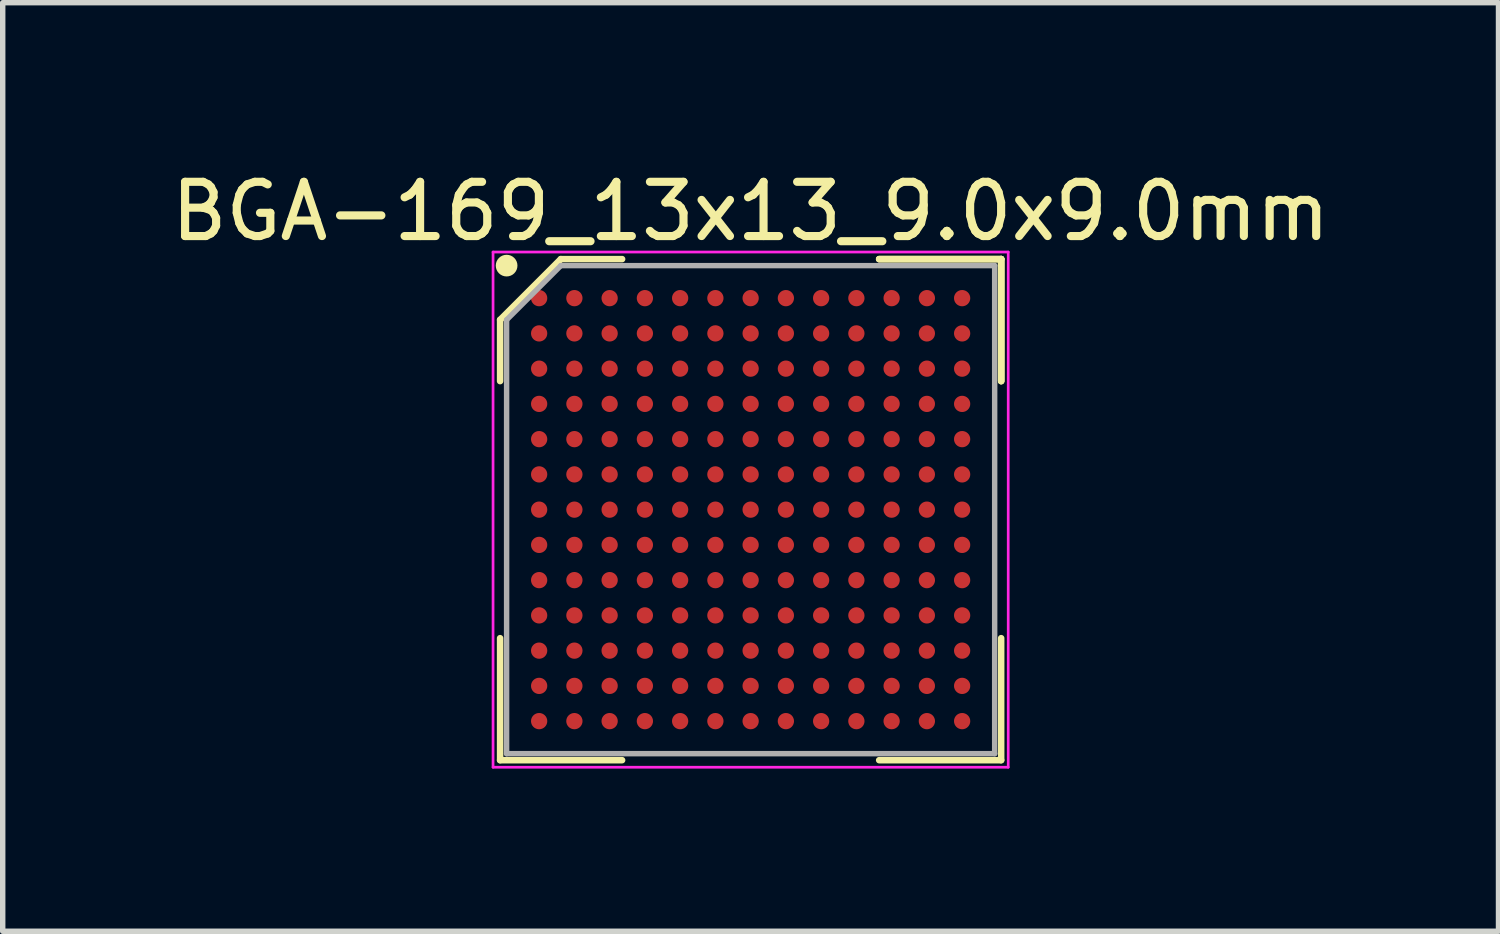
<source format=kicad_pcb>
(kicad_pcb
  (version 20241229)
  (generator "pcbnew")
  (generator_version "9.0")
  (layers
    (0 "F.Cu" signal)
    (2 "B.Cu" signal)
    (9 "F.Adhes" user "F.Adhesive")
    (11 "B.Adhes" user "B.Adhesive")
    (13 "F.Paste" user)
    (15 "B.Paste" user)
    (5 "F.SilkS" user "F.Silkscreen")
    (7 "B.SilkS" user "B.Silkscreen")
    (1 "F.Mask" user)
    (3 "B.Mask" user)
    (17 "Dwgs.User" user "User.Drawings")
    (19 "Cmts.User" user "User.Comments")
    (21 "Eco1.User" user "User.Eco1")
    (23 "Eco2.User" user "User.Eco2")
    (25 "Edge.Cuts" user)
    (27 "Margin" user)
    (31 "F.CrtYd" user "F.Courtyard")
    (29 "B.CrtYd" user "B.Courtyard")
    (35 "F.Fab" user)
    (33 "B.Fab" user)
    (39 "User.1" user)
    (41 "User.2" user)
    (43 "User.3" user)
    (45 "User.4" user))
  (footprint "BGA-169_13x13_9.0x9.0mm"
    (layer "F.Cu")
    (at 10.792 6.348)
    (property "Reference" "BGA-169_13x13_9.0x9.0mm" (at 0 -5.5 0) (layer "F.SilkS") (effects (font (size 1 1) (thickness 0.15))))
    (attr through_hole)
    (fp_line (start -4.62 -3.5) (end -4.62 -2.37) (stroke (width 0.12) (type solid)) (layer "F.SilkS"))
    (fp_line (start -4.62 4.62) (end -4.62 2.37) (stroke (width 0.12) (type solid)) (layer "F.SilkS"))
    (fp_line (start -3.5 -4.62) (end -4.62 -3.5) (stroke (width 0.12) (type solid)) (layer "F.SilkS"))
    (fp_line (start -2.37 -4.62) (end -3.5 -4.62) (stroke (width 0.12) (type solid)) (layer "F.SilkS"))
    (fp_line (start -2.37 4.62) (end -4.62 4.62) (stroke (width 0.12) (type solid)) (layer "F.SilkS"))
    (fp_line (start 2.37 -4.62) (end 4.62 -4.62) (stroke (width 0.12) (type solid)) (layer "F.SilkS"))
    (fp_line (start 2.37 -4.62) (end 4.62 -4.62) (stroke (width 0.12) (type solid)) (layer "F.SilkS"))
    (fp_line (start 2.37 -4.62) (end 4.62 -4.62) (stroke (width 0.12) (type solid)) (layer "F.SilkS"))
    (fp_line (start 2.37 4.62) (end 4.62 4.62) (stroke (width 0.12) (type solid)) (layer "F.SilkS"))
    (fp_line (start 4.62 -4.62) (end 4.62 -2.37) (stroke (width 0.12) (type solid)) (layer "F.SilkS"))
    (fp_line (start 4.62 -4.62) (end 4.62 -2.37) (stroke (width 0.12) (type solid)) (layer "F.SilkS"))
    (fp_line (start 4.62 -4.62) (end 4.62 -2.37) (stroke (width 0.12) (type solid)) (layer "F.SilkS"))
    (fp_line (start 4.62 4.62) (end 4.62 2.37) (stroke (width 0.12) (type solid)) (layer "F.SilkS"))
    (fp_circle (center -4.5 -4.5) (end -4.5 -4.4) (stroke (width 0.2) (type solid)) (fill no) (layer "F.SilkS"))
    (fp_line (start -4.75 -4.75) (end 4.75 -4.75) (stroke (width 0.05) (type solid)) (layer "F.CrtYd"))
    (fp_line (start -4.75 4.75) (end -4.75 -4.75) (stroke (width 0.05) (type solid)) (layer "F.CrtYd"))
    (fp_line (start 4.75 -4.75) (end 4.75 4.75) (stroke (width 0.05) (type solid)) (layer "F.CrtYd"))
    (fp_line (start 4.75 4.75) (end -4.75 4.75) (stroke (width 0.05) (type solid)) (layer "F.CrtYd"))
    (fp_line (start -4.5 -3.5) (end -4.5 4.5) (stroke (width 0.1) (type solid)) (layer "F.Fab"))
    (fp_line (start -4.5 4.5) (end 4.5 4.5) (stroke (width 0.1) (type solid)) (layer "F.Fab"))
    (fp_line (start -3.5 -4.5) (end -4.5 -3.5) (stroke (width 0.1) (type solid)) (layer "F.Fab"))
    (fp_line (start 4.5 -4.5) (end -3.5 -4.5) (stroke (width 0.1) (type solid)) (layer "F.Fab"))
    (fp_line (start 4.5 4.5) (end 4.5 -4.5) (stroke (width 0.1) (type solid)) (layer "F.Fab"))
    (pad "A1" smd circle (at -3.9 -3.9) (size 0.3 0.3) (layers "F.Cu" "F.Mask" "F.Paste"))
    (pad "A2" smd circle (at -3.25 -3.9) (size 0.3 0.3) (layers "F.Cu" "F.Mask" "F.Paste"))
    (pad "A3" smd circle (at -2.6 -3.9) (size 0.3 0.3) (layers "F.Cu" "F.Mask" "F.Paste"))
    (pad "A4" smd circle (at -1.95 -3.9) (size 0.3 0.3) (layers "F.Cu" "F.Mask" "F.Paste"))
    (pad "A5" smd circle (at -1.3 -3.9) (size 0.3 0.3) (layers "F.Cu" "F.Mask" "F.Paste"))
    (pad "A6" smd circle (at -0.65 -3.9) (size 0.3 0.3) (layers "F.Cu" "F.Mask" "F.Paste"))
    (pad "A7" smd circle (at 0 -3.9) (size 0.3 0.3) (layers "F.Cu" "F.Mask" "F.Paste"))
    (pad "A8" smd circle (at 0.65 -3.9) (size 0.3 0.3) (layers "F.Cu" "F.Mask" "F.Paste"))
    (pad "A9" smd circle (at 1.3 -3.9) (size 0.3 0.3) (layers "F.Cu" "F.Mask" "F.Paste"))
    (pad "A10" smd circle (at 1.95 -3.9) (size 0.3 0.3) (layers "F.Cu" "F.Mask" "F.Paste"))
    (pad "A11" smd circle (at 2.6 -3.9) (size 0.3 0.3) (layers "F.Cu" "F.Mask" "F.Paste"))
    (pad "A12" smd circle (at 3.25 -3.9) (size 0.3 0.3) (layers "F.Cu" "F.Mask" "F.Paste"))
    (pad "A13" smd circle (at 3.9 -3.9) (size 0.3 0.3) (layers "F.Cu" "F.Mask" "F.Paste"))
    (pad "B1" smd circle (at -3.9 -3.25) (size 0.3 0.3) (layers "F.Cu" "F.Mask" "F.Paste"))
    (pad "B2" smd circle (at -3.25 -3.25) (size 0.3 0.3) (layers "F.Cu" "F.Mask" "F.Paste"))
    (pad "B3" smd circle (at -2.6 -3.25) (size 0.3 0.3) (layers "F.Cu" "F.Mask" "F.Paste"))
    (pad "B4" smd circle (at -1.95 -3.25) (size 0.3 0.3) (layers "F.Cu" "F.Mask" "F.Paste"))
    (pad "B5" smd circle (at -1.3 -3.25) (size 0.3 0.3) (layers "F.Cu" "F.Mask" "F.Paste"))
    (pad "B6" smd circle (at -0.65 -3.25) (size 0.3 0.3) (layers "F.Cu" "F.Mask" "F.Paste"))
    (pad "B7" smd circle (at 0 -3.25) (size 0.3 0.3) (layers "F.Cu" "F.Mask" "F.Paste"))
    (pad "B8" smd circle (at 0.65 -3.25) (size 0.3 0.3) (layers "F.Cu" "F.Mask" "F.Paste"))
    (pad "B9" smd circle (at 1.3 -3.25) (size 0.3 0.3) (layers "F.Cu" "F.Mask" "F.Paste"))
    (pad "B10" smd circle (at 1.95 -3.25) (size 0.3 0.3) (layers "F.Cu" "F.Mask" "F.Paste"))
    (pad "B11" smd circle (at 2.6 -3.25) (size 0.3 0.3) (layers "F.Cu" "F.Mask" "F.Paste"))
    (pad "B12" smd circle (at 3.25 -3.25) (size 0.3 0.3) (layers "F.Cu" "F.Mask" "F.Paste"))
    (pad "B13" smd circle (at 3.9 -3.25) (size 0.3 0.3) (layers "F.Cu" "F.Mask" "F.Paste"))
    (pad "C1" smd circle (at -3.9 -2.6) (size 0.3 0.3) (layers "F.Cu" "F.Mask" "F.Paste"))
    (pad "C2" smd circle (at -3.25 -2.6) (size 0.3 0.3) (layers "F.Cu" "F.Mask" "F.Paste"))
    (pad "C3" smd circle (at -2.6 -2.6) (size 0.3 0.3) (layers "F.Cu" "F.Mask" "F.Paste"))
    (pad "C4" smd circle (at -1.95 -2.6) (size 0.3 0.3) (layers "F.Cu" "F.Mask" "F.Paste"))
    (pad "C5" smd circle (at -1.3 -2.6) (size 0.3 0.3) (layers "F.Cu" "F.Mask" "F.Paste"))
    (pad "C6" smd circle (at -0.65 -2.6) (size 0.3 0.3) (layers "F.Cu" "F.Mask" "F.Paste"))
    (pad "C7" smd circle (at 0 -2.6) (size 0.3 0.3) (layers "F.Cu" "F.Mask" "F.Paste"))
    (pad "C8" smd circle (at 0.65 -2.6) (size 0.3 0.3) (layers "F.Cu" "F.Mask" "F.Paste"))
    (pad "C9" smd circle (at 1.3 -2.6) (size 0.3 0.3) (layers "F.Cu" "F.Mask" "F.Paste"))
    (pad "C10" smd circle (at 1.95 -2.6) (size 0.3 0.3) (layers "F.Cu" "F.Mask" "F.Paste"))
    (pad "C11" smd circle (at 2.6 -2.6) (size 0.3 0.3) (layers "F.Cu" "F.Mask" "F.Paste"))
    (pad "C12" smd circle (at 3.25 -2.6) (size 0.3 0.3) (layers "F.Cu" "F.Mask" "F.Paste"))
    (pad "C13" smd circle (at 3.9 -2.6) (size 0.3 0.3) (layers "F.Cu" "F.Mask" "F.Paste"))
    (pad "D1" smd circle (at -3.9 -1.95) (size 0.3 0.3) (layers "F.Cu" "F.Mask" "F.Paste"))
    (pad "D2" smd circle (at -3.25 -1.95) (size 0.3 0.3) (layers "F.Cu" "F.Mask" "F.Paste"))
    (pad "D3" smd circle (at -2.6 -1.95) (size 0.3 0.3) (layers "F.Cu" "F.Mask" "F.Paste"))
    (pad "D4" smd circle (at -1.95 -1.95) (size 0.3 0.3) (layers "F.Cu" "F.Mask" "F.Paste"))
    (pad "D5" smd circle (at -1.3 -1.95) (size 0.3 0.3) (layers "F.Cu" "F.Mask" "F.Paste"))
    (pad "D6" smd circle (at -0.65 -1.95) (size 0.3 0.3) (layers "F.Cu" "F.Mask" "F.Paste"))
    (pad "D7" smd circle (at 0 -1.95) (size 0.3 0.3) (layers "F.Cu" "F.Mask" "F.Paste"))
    (pad "D8" smd circle (at 0.65 -1.95) (size 0.3 0.3) (layers "F.Cu" "F.Mask" "F.Paste"))
    (pad "D9" smd circle (at 1.3 -1.95) (size 0.3 0.3) (layers "F.Cu" "F.Mask" "F.Paste"))
    (pad "D10" smd circle (at 1.95 -1.95) (size 0.3 0.3) (layers "F.Cu" "F.Mask" "F.Paste"))
    (pad "D11" smd circle (at 2.6 -1.95) (size 0.3 0.3) (layers "F.Cu" "F.Mask" "F.Paste"))
    (pad "D12" smd circle (at 3.25 -1.95) (size 0.3 0.3) (layers "F.Cu" "F.Mask" "F.Paste"))
    (pad "D13" smd circle (at 3.9 -1.95) (size 0.3 0.3) (layers "F.Cu" "F.Mask" "F.Paste"))
    (pad "E1" smd circle (at -3.9 -1.3) (size 0.3 0.3) (layers "F.Cu" "F.Mask" "F.Paste"))
    (pad "E2" smd circle (at -3.25 -1.3) (size 0.3 0.3) (layers "F.Cu" "F.Mask" "F.Paste"))
    (pad "E3" smd circle (at -2.6 -1.3) (size 0.3 0.3) (layers "F.Cu" "F.Mask" "F.Paste"))
    (pad "E4" smd circle (at -1.95 -1.3) (size 0.3 0.3) (layers "F.Cu" "F.Mask" "F.Paste"))
    (pad "E5" smd circle (at -1.3 -1.3) (size 0.3 0.3) (layers "F.Cu" "F.Mask" "F.Paste"))
    (pad "E6" smd circle (at -0.65 -1.3) (size 0.3 0.3) (layers "F.Cu" "F.Mask" "F.Paste"))
    (pad "E7" smd circle (at 0 -1.3) (size 0.3 0.3) (layers "F.Cu" "F.Mask" "F.Paste"))
    (pad "E8" smd circle (at 0.65 -1.3) (size 0.3 0.3) (layers "F.Cu" "F.Mask" "F.Paste"))
    (pad "E9" smd circle (at 1.3 -1.3) (size 0.3 0.3) (layers "F.Cu" "F.Mask" "F.Paste"))
    (pad "E10" smd circle (at 1.95 -1.3) (size 0.3 0.3) (layers "F.Cu" "F.Mask" "F.Paste"))
    (pad "E11" smd circle (at 2.6 -1.3) (size 0.3 0.3) (layers "F.Cu" "F.Mask" "F.Paste"))
    (pad "E12" smd circle (at 3.25 -1.3) (size 0.3 0.3) (layers "F.Cu" "F.Mask" "F.Paste"))
    (pad "E13" smd circle (at 3.9 -1.3) (size 0.3 0.3) (layers "F.Cu" "F.Mask" "F.Paste"))
    (pad "F1" smd circle (at -3.9 -0.65) (size 0.3 0.3) (layers "F.Cu" "F.Mask" "F.Paste"))
    (pad "F2" smd circle (at -3.25 -0.65) (size 0.3 0.3) (layers "F.Cu" "F.Mask" "F.Paste"))
    (pad "F3" smd circle (at -2.6 -0.65) (size 0.3 0.3) (layers "F.Cu" "F.Mask" "F.Paste"))
    (pad "F4" smd circle (at -1.95 -0.65) (size 0.3 0.3) (layers "F.Cu" "F.Mask" "F.Paste"))
    (pad "F5" smd circle (at -1.3 -0.65) (size 0.3 0.3) (layers "F.Cu" "F.Mask" "F.Paste"))
    (pad "F6" smd circle (at -0.65 -0.65) (size 0.3 0.3) (layers "F.Cu" "F.Mask" "F.Paste"))
    (pad "F7" smd circle (at 0 -0.65) (size 0.3 0.3) (layers "F.Cu" "F.Mask" "F.Paste"))
    (pad "F8" smd circle (at 0.65 -0.65) (size 0.3 0.3) (layers "F.Cu" "F.Mask" "F.Paste"))
    (pad "F9" smd circle (at 1.3 -0.65) (size 0.3 0.3) (layers "F.Cu" "F.Mask" "F.Paste"))
    (pad "F10" smd circle (at 1.95 -0.65) (size 0.3 0.3) (layers "F.Cu" "F.Mask" "F.Paste"))
    (pad "F11" smd circle (at 2.6 -0.65) (size 0.3 0.3) (layers "F.Cu" "F.Mask" "F.Paste"))
    (pad "F12" smd circle (at 3.25 -0.65) (size 0.3 0.3) (layers "F.Cu" "F.Mask" "F.Paste"))
    (pad "F13" smd circle (at 3.9 -0.65) (size 0.3 0.3) (layers "F.Cu" "F.Mask" "F.Paste"))
    (pad "G1" smd circle (at -3.9 0) (size 0.3 0.3) (layers "F.Cu" "F.Mask" "F.Paste"))
    (pad "G2" smd circle (at -3.25 0) (size 0.3 0.3) (layers "F.Cu" "F.Mask" "F.Paste"))
    (pad "G3" smd circle (at -2.6 0) (size 0.3 0.3) (layers "F.Cu" "F.Mask" "F.Paste"))
    (pad "G4" smd circle (at -1.95 0) (size 0.3 0.3) (layers "F.Cu" "F.Mask" "F.Paste"))
    (pad "G5" smd circle (at -1.3 0) (size 0.3 0.3) (layers "F.Cu" "F.Mask" "F.Paste"))
    (pad "G6" smd circle (at -0.65 0) (size 0.3 0.3) (layers "F.Cu" "F.Mask" "F.Paste"))
    (pad "G7" smd circle (at 0 0) (size 0.3 0.3) (layers "F.Cu" "F.Mask" "F.Paste"))
    (pad "G8" smd circle (at 0.65 0) (size 0.3 0.3) (layers "F.Cu" "F.Mask" "F.Paste"))
    (pad "G9" smd circle (at 1.3 0) (size 0.3 0.3) (layers "F.Cu" "F.Mask" "F.Paste"))
    (pad "G10" smd circle (at 1.95 0) (size 0.3 0.3) (layers "F.Cu" "F.Mask" "F.Paste"))
    (pad "G11" smd circle (at 2.6 0) (size 0.3 0.3) (layers "F.Cu" "F.Mask" "F.Paste"))
    (pad "G12" smd circle (at 3.25 0) (size 0.3 0.3) (layers "F.Cu" "F.Mask" "F.Paste"))
    (pad "G13" smd circle (at 3.9 0) (size 0.3 0.3) (layers "F.Cu" "F.Mask" "F.Paste"))
    (pad "H1" smd circle (at -3.9 0.65) (size 0.3 0.3) (layers "F.Cu" "F.Mask" "F.Paste"))
    (pad "H2" smd circle (at -3.25 0.65) (size 0.3 0.3) (layers "F.Cu" "F.Mask" "F.Paste"))
    (pad "H3" smd circle (at -2.6 0.65) (size 0.3 0.3) (layers "F.Cu" "F.Mask" "F.Paste"))
    (pad "H4" smd circle (at -1.95 0.65) (size 0.3 0.3) (layers "F.Cu" "F.Mask" "F.Paste"))
    (pad "H5" smd circle (at -1.3 0.65) (size 0.3 0.3) (layers "F.Cu" "F.Mask" "F.Paste"))
    (pad "H6" smd circle (at -0.65 0.65) (size 0.3 0.3) (layers "F.Cu" "F.Mask" "F.Paste"))
    (pad "H7" smd circle (at 0 0.65) (size 0.3 0.3) (layers "F.Cu" "F.Mask" "F.Paste"))
    (pad "H8" smd circle (at 0.65 0.65) (size 0.3 0.3) (layers "F.Cu" "F.Mask" "F.Paste"))
    (pad "H9" smd circle (at 1.3 0.65) (size 0.3 0.3) (layers "F.Cu" "F.Mask" "F.Paste"))
    (pad "H10" smd circle (at 1.95 0.65) (size 0.3 0.3) (layers "F.Cu" "F.Mask" "F.Paste"))
    (pad "H11" smd circle (at 2.6 0.65) (size 0.3 0.3) (layers "F.Cu" "F.Mask" "F.Paste"))
    (pad "H12" smd circle (at 3.25 0.65) (size 0.3 0.3) (layers "F.Cu" "F.Mask" "F.Paste"))
    (pad "H13" smd circle (at 3.9 0.65) (size 0.3 0.3) (layers "F.Cu" "F.Mask" "F.Paste"))
    (pad "J1" smd circle (at -3.9 1.3) (size 0.3 0.3) (layers "F.Cu" "F.Mask" "F.Paste"))
    (pad "J2" smd circle (at -3.25 1.3) (size 0.3 0.3) (layers "F.Cu" "F.Mask" "F.Paste"))
    (pad "J3" smd circle (at -2.6 1.3) (size 0.3 0.3) (layers "F.Cu" "F.Mask" "F.Paste"))
    (pad "J4" smd circle (at -1.95 1.3) (size 0.3 0.3) (layers "F.Cu" "F.Mask" "F.Paste"))
    (pad "J5" smd circle (at -1.3 1.3) (size 0.3 0.3) (layers "F.Cu" "F.Mask" "F.Paste"))
    (pad "J6" smd circle (at -0.65 1.3) (size 0.3 0.3) (layers "F.Cu" "F.Mask" "F.Paste"))
    (pad "J7" smd circle (at 0 1.3) (size 0.3 0.3) (layers "F.Cu" "F.Mask" "F.Paste"))
    (pad "J8" smd circle (at 0.65 1.3) (size 0.3 0.3) (layers "F.Cu" "F.Mask" "F.Paste"))
    (pad "J9" smd circle (at 1.3 1.3) (size 0.3 0.3) (layers "F.Cu" "F.Mask" "F.Paste"))
    (pad "J10" smd circle (at 1.95 1.3) (size 0.3 0.3) (layers "F.Cu" "F.Mask" "F.Paste"))
    (pad "J11" smd circle (at 2.6 1.3) (size 0.3 0.3) (layers "F.Cu" "F.Mask" "F.Paste"))
    (pad "J12" smd circle (at 3.25 1.3) (size 0.3 0.3) (layers "F.Cu" "F.Mask" "F.Paste"))
    (pad "J13" smd circle (at 3.9 1.3) (size 0.3 0.3) (layers "F.Cu" "F.Mask" "F.Paste"))
    (pad "K1" smd circle (at -3.9 1.95) (size 0.3 0.3) (layers "F.Cu" "F.Mask" "F.Paste"))
    (pad "K2" smd circle (at -3.25 1.95) (size 0.3 0.3) (layers "F.Cu" "F.Mask" "F.Paste"))
    (pad "K3" smd circle (at -2.6 1.95) (size 0.3 0.3) (layers "F.Cu" "F.Mask" "F.Paste"))
    (pad "K4" smd circle (at -1.95 1.95) (size 0.3 0.3) (layers "F.Cu" "F.Mask" "F.Paste"))
    (pad "K5" smd circle (at -1.3 1.95) (size 0.3 0.3) (layers "F.Cu" "F.Mask" "F.Paste"))
    (pad "K6" smd circle (at -0.65 1.95) (size 0.3 0.3) (layers "F.Cu" "F.Mask" "F.Paste"))
    (pad "K7" smd circle (at 0 1.95) (size 0.3 0.3) (layers "F.Cu" "F.Mask" "F.Paste"))
    (pad "K8" smd circle (at 0.65 1.95) (size 0.3 0.3) (layers "F.Cu" "F.Mask" "F.Paste"))
    (pad "K9" smd circle (at 1.3 1.95) (size 0.3 0.3) (layers "F.Cu" "F.Mask" "F.Paste"))
    (pad "K10" smd circle (at 1.95 1.95) (size 0.3 0.3) (layers "F.Cu" "F.Mask" "F.Paste"))
    (pad "K11" smd circle (at 2.6 1.95) (size 0.3 0.3) (layers "F.Cu" "F.Mask" "F.Paste"))
    (pad "K12" smd circle (at 3.25 1.95) (size 0.3 0.3) (layers "F.Cu" "F.Mask" "F.Paste"))
    (pad "K13" smd circle (at 3.9 1.95) (size 0.3 0.3) (layers "F.Cu" "F.Mask" "F.Paste"))
    (pad "L1" smd circle (at -3.9 2.6) (size 0.3 0.3) (layers "F.Cu" "F.Mask" "F.Paste"))
    (pad "L2" smd circle (at -3.25 2.6) (size 0.3 0.3) (layers "F.Cu" "F.Mask" "F.Paste"))
    (pad "L3" smd circle (at -2.6 2.6) (size 0.3 0.3) (layers "F.Cu" "F.Mask" "F.Paste"))
    (pad "L4" smd circle (at -1.95 2.6) (size 0.3 0.3) (layers "F.Cu" "F.Mask" "F.Paste"))
    (pad "L5" smd circle (at -1.3 2.6) (size 0.3 0.3) (layers "F.Cu" "F.Mask" "F.Paste"))
    (pad "L6" smd circle (at -0.65 2.6) (size 0.3 0.3) (layers "F.Cu" "F.Mask" "F.Paste"))
    (pad "L7" smd circle (at 0 2.6) (size 0.3 0.3) (layers "F.Cu" "F.Mask" "F.Paste"))
    (pad "L8" smd circle (at 0.65 2.6) (size 0.3 0.3) (layers "F.Cu" "F.Mask" "F.Paste"))
    (pad "L9" smd circle (at 1.3 2.6) (size 0.3 0.3) (layers "F.Cu" "F.Mask" "F.Paste"))
    (pad "L10" smd circle (at 1.95 2.6) (size 0.3 0.3) (layers "F.Cu" "F.Mask" "F.Paste"))
    (pad "L11" smd circle (at 2.6 2.6) (size 0.3 0.3) (layers "F.Cu" "F.Mask" "F.Paste"))
    (pad "L12" smd circle (at 3.25 2.6) (size 0.3 0.3) (layers "F.Cu" "F.Mask" "F.Paste"))
    (pad "L13" smd circle (at 3.9 2.6) (size 0.3 0.3) (layers "F.Cu" "F.Mask" "F.Paste"))
    (pad "M1" smd circle (at -3.9 3.25) (size 0.3 0.3) (layers "F.Cu" "F.Mask" "F.Paste"))
    (pad "M2" smd circle (at -3.25 3.25) (size 0.3 0.3) (layers "F.Cu" "F.Mask" "F.Paste"))
    (pad "M3" smd circle (at -2.6 3.25) (size 0.3 0.3) (layers "F.Cu" "F.Mask" "F.Paste"))
    (pad "M4" smd circle (at -1.95 3.25) (size 0.3 0.3) (layers "F.Cu" "F.Mask" "F.Paste"))
    (pad "M5" smd circle (at -1.3 3.25) (size 0.3 0.3) (layers "F.Cu" "F.Mask" "F.Paste"))
    (pad "M6" smd circle (at -0.65 3.25) (size 0.3 0.3) (layers "F.Cu" "F.Mask" "F.Paste"))
    (pad "M7" smd circle (at 0 3.25) (size 0.3 0.3) (layers "F.Cu" "F.Mask" "F.Paste"))
    (pad "M8" smd circle (at 0.65 3.25) (size 0.3 0.3) (layers "F.Cu" "F.Mask" "F.Paste"))
    (pad "M9" smd circle (at 1.3 3.25) (size 0.3 0.3) (layers "F.Cu" "F.Mask" "F.Paste"))
    (pad "M10" smd circle (at 1.95 3.25) (size 0.3 0.3) (layers "F.Cu" "F.Mask" "F.Paste"))
    (pad "M11" smd circle (at 2.6 3.25) (size 0.3 0.3) (layers "F.Cu" "F.Mask" "F.Paste"))
    (pad "M12" smd circle (at 3.25 3.25) (size 0.3 0.3) (layers "F.Cu" "F.Mask" "F.Paste"))
    (pad "M13" smd circle (at 3.9 3.25) (size 0.3 0.3) (layers "F.Cu" "F.Mask" "F.Paste"))
    (pad "N1" smd circle (at -3.9 3.9) (size 0.3 0.3) (layers "F.Cu" "F.Mask" "F.Paste"))
    (pad "N2" smd circle (at -3.25 3.9) (size 0.3 0.3) (layers "F.Cu" "F.Mask" "F.Paste"))
    (pad "N3" smd circle (at -2.6 3.9) (size 0.3 0.3) (layers "F.Cu" "F.Mask" "F.Paste"))
    (pad "N4" smd circle (at -1.95 3.9) (size 0.3 0.3) (layers "F.Cu" "F.Mask" "F.Paste"))
    (pad "N5" smd circle (at -1.3 3.9) (size 0.3 0.3) (layers "F.Cu" "F.Mask" "F.Paste"))
    (pad "N6" smd circle (at -0.65 3.9) (size 0.3 0.3) (layers "F.Cu" "F.Mask" "F.Paste"))
    (pad "N7" smd circle (at 0 3.9) (size 0.3 0.3) (layers "F.Cu" "F.Mask" "F.Paste"))
    (pad "N8" smd circle (at 0.65 3.9) (size 0.3 0.3) (layers "F.Cu" "F.Mask" "F.Paste"))
    (pad "N9" smd circle (at 1.3 3.9) (size 0.3 0.3) (layers "F.Cu" "F.Mask" "F.Paste"))
    (pad "N10" smd circle (at 1.95 3.9) (size 0.3 0.3) (layers "F.Cu" "F.Mask" "F.Paste"))
    (pad "N11" smd circle (at 2.6 3.9) (size 0.3 0.3) (layers "F.Cu" "F.Mask" "F.Paste"))
    (pad "N12" smd circle (at 3.25 3.9) (size 0.3 0.3) (layers "F.Cu" "F.Mask" "F.Paste"))
    (pad "N13" smd circle (at 3.9 3.9) (size 0.3 0.3) (layers "F.Cu" "F.Mask" "F.Paste")))
  (gr_rect
    (start -3 -3)
    (end 24.583 14.123)
    (stroke (width 0.1) (type default))
    (fill no)
    (layer "Edge.Cuts")))
</source>
